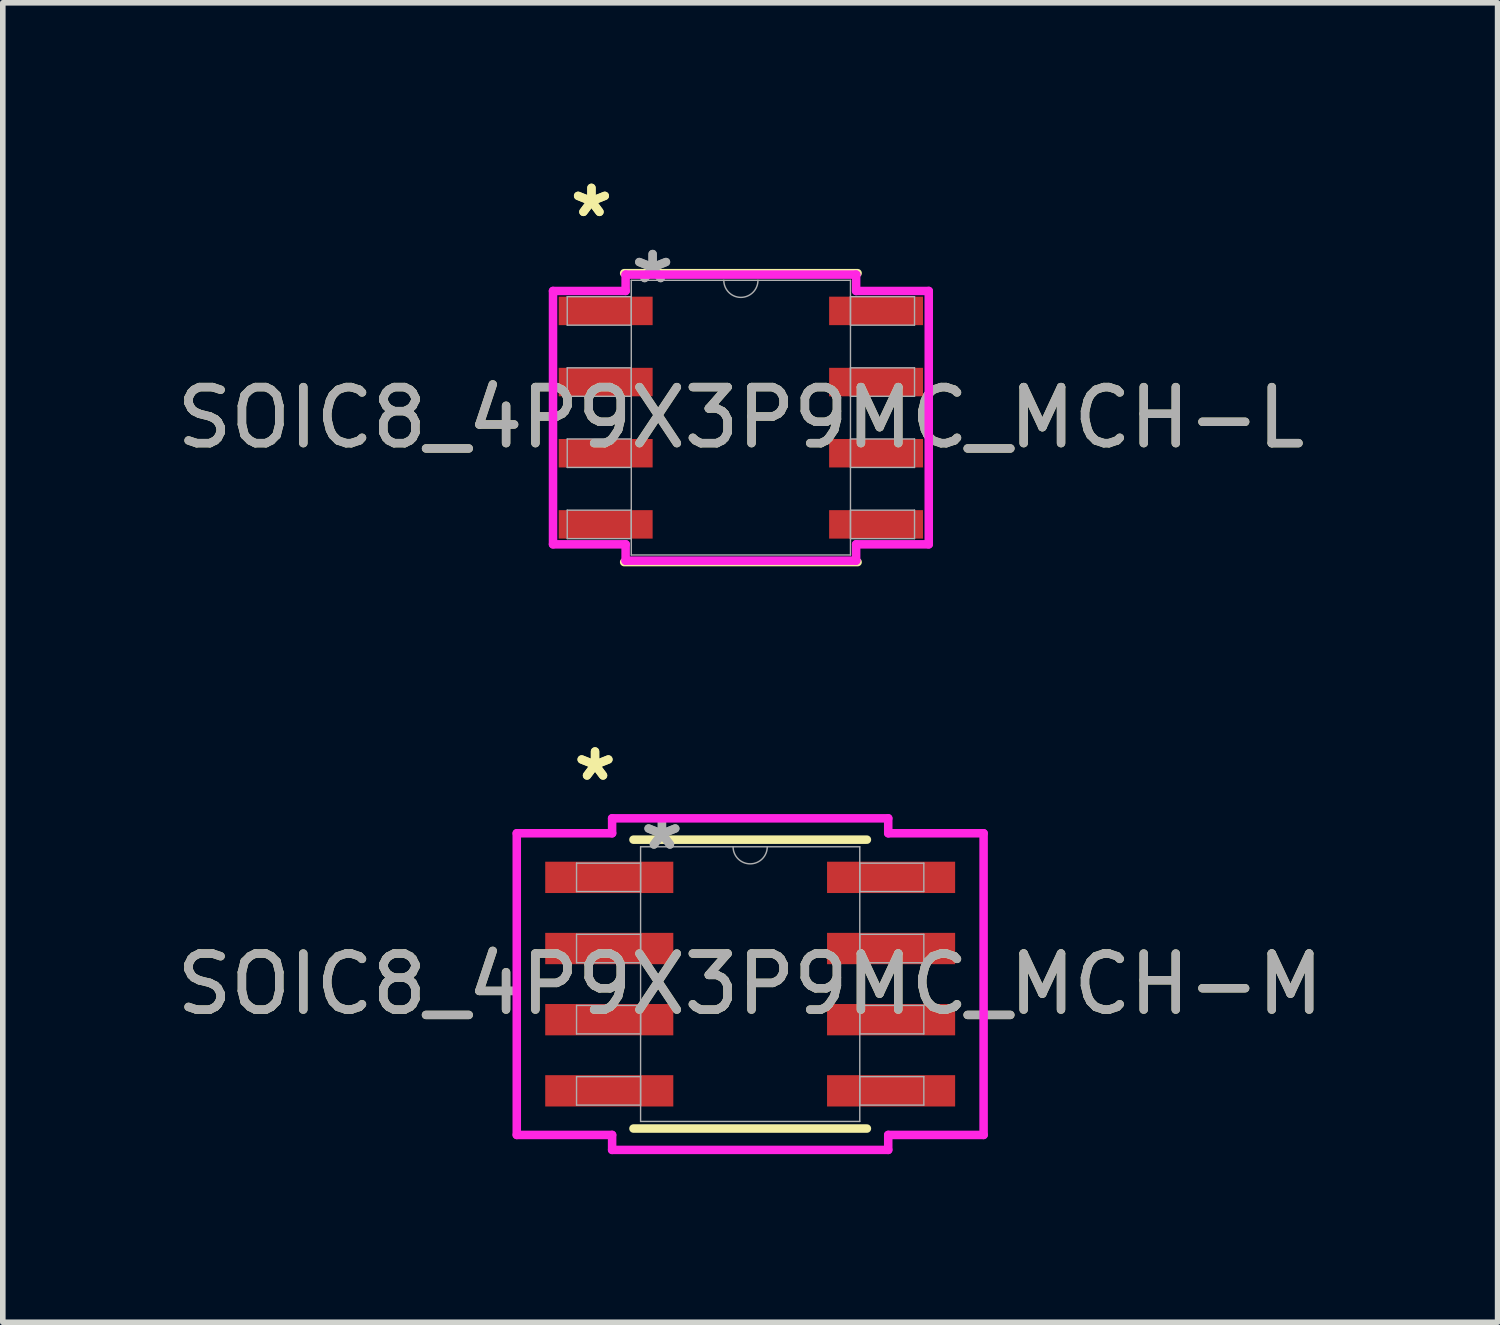
<source format=kicad_pcb>
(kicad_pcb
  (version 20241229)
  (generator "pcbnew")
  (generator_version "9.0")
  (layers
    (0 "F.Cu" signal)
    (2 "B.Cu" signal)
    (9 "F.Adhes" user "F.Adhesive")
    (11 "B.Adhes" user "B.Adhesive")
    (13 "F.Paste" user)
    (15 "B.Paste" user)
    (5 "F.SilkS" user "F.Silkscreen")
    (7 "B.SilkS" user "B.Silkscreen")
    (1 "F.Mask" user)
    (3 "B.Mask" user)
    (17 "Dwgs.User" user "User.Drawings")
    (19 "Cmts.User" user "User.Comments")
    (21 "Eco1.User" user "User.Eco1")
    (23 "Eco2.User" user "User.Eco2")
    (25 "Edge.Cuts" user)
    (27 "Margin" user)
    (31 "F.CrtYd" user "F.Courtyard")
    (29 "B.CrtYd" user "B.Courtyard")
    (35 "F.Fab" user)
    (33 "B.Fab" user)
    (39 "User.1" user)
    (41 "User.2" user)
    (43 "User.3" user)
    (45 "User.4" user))
  (footprint "SOIC8_4P9X3P9MC_MCH-L"
    (layer "F.Cu")
    (at 10.173 4.404)
    (property "Reference" "SOIC8_4P9X3P9MC_MCH-L" (at 0 0 0) (unlocked yes) (layer "F.SilkS") (effects (font (size 1 1) (thickness 0.15))))
    (attr smd)
    (fp_line (start -2.083 2.578) (end 2.083 2.578) (stroke (width 0.152) (type solid)) (layer "F.SilkS"))
    (fp_line (start 2.083 -2.578) (end -2.083 -2.578) (stroke (width 0.152) (type solid)) (layer "F.SilkS"))
    (fp_line (start -3.353 -2.261) (end -2.057 -2.261) (stroke (width 0.152) (type solid)) (layer "F.CrtYd"))
    (fp_line (start -3.353 2.261) (end -3.353 -2.261) (stroke (width 0.152) (type solid)) (layer "F.CrtYd"))
    (fp_line (start -3.353 2.261) (end -2.057 2.261) (stroke (width 0.152) (type solid)) (layer "F.CrtYd"))
    (fp_line (start -2.057 -2.553) (end 2.057 -2.553) (stroke (width 0.152) (type solid)) (layer "F.CrtYd"))
    (fp_line (start -2.057 -2.261) (end -2.057 -2.553) (stroke (width 0.152) (type solid)) (layer "F.CrtYd"))
    (fp_line (start -2.057 2.553) (end -2.057 2.261) (stroke (width 0.152) (type solid)) (layer "F.CrtYd"))
    (fp_line (start 2.057 -2.553) (end 2.057 -2.261) (stroke (width 0.152) (type solid)) (layer "F.CrtYd"))
    (fp_line (start 2.057 2.261) (end 2.057 2.553) (stroke (width 0.152) (type solid)) (layer "F.CrtYd"))
    (fp_line (start 2.057 2.553) (end -2.057 2.553) (stroke (width 0.152) (type solid)) (layer "F.CrtYd"))
    (fp_line (start 3.353 -2.261) (end 2.057 -2.261) (stroke (width 0.152) (type solid)) (layer "F.CrtYd"))
    (fp_line (start 3.353 -2.261) (end 3.353 2.261) (stroke (width 0.152) (type solid)) (layer "F.CrtYd"))
    (fp_line (start 3.353 2.261) (end 2.057 2.261) (stroke (width 0.152) (type solid)) (layer "F.CrtYd"))
    (fp_line (start -3.099 -2.159) (end -3.099 -1.651) (stroke (width 0.025) (type solid)) (layer "F.Fab"))
    (fp_line (start -3.099 -1.651) (end -1.956 -1.651) (stroke (width 0.025) (type solid)) (layer "F.Fab"))
    (fp_line (start -3.099 -0.889) (end -3.099 -0.381) (stroke (width 0.025) (type solid)) (layer "F.Fab"))
    (fp_line (start -3.099 -0.381) (end -1.956 -0.381) (stroke (width 0.025) (type solid)) (layer "F.Fab"))
    (fp_line (start -3.099 0.381) (end -3.099 0.889) (stroke (width 0.025) (type solid)) (layer "F.Fab"))
    (fp_line (start -3.099 0.889) (end -1.956 0.889) (stroke (width 0.025) (type solid)) (layer "F.Fab"))
    (fp_line (start -3.099 1.651) (end -3.099 2.159) (stroke (width 0.025) (type solid)) (layer "F.Fab"))
    (fp_line (start -3.099 2.159) (end -1.956 2.159) (stroke (width 0.025) (type solid)) (layer "F.Fab"))
    (fp_line (start -1.956 -2.451) (end -1.956 2.451) (stroke (width 0.025) (type solid)) (layer "F.Fab"))
    (fp_line (start -1.956 -2.159) (end -3.099 -2.159) (stroke (width 0.025) (type solid)) (layer "F.Fab"))
    (fp_line (start -1.956 -1.651) (end -1.956 -2.159) (stroke (width 0.025) (type solid)) (layer "F.Fab"))
    (fp_line (start -1.956 -0.889) (end -3.099 -0.889) (stroke (width 0.025) (type solid)) (layer "F.Fab"))
    (fp_line (start -1.956 -0.381) (end -1.956 -0.889) (stroke (width 0.025) (type solid)) (layer "F.Fab"))
    (fp_line (start -1.956 0.381) (end -3.099 0.381) (stroke (width 0.025) (type solid)) (layer "F.Fab"))
    (fp_line (start -1.956 0.889) (end -1.956 0.381) (stroke (width 0.025) (type solid)) (layer "F.Fab"))
    (fp_line (start -1.956 1.651) (end -3.099 1.651) (stroke (width 0.025) (type solid)) (layer "F.Fab"))
    (fp_line (start -1.956 2.159) (end -1.956 1.651) (stroke (width 0.025) (type solid)) (layer "F.Fab"))
    (fp_line (start -1.956 2.451) (end 1.956 2.451) (stroke (width 0.025) (type solid)) (layer "F.Fab"))
    (fp_line (start 1.956 -2.451) (end -1.956 -2.451) (stroke (width 0.025) (type solid)) (layer "F.Fab"))
    (fp_line (start 1.956 -2.159) (end 1.956 -1.651) (stroke (width 0.025) (type solid)) (layer "F.Fab"))
    (fp_line (start 1.956 -1.651) (end 3.099 -1.651) (stroke (width 0.025) (type solid)) (layer "F.Fab"))
    (fp_line (start 1.956 -0.889) (end 1.956 -0.381) (stroke (width 0.025) (type solid)) (layer "F.Fab"))
    (fp_line (start 1.956 -0.381) (end 3.099 -0.381) (stroke (width 0.025) (type solid)) (layer "F.Fab"))
    (fp_line (start 1.956 0.381) (end 1.956 0.889) (stroke (width 0.025) (type solid)) (layer "F.Fab"))
    (fp_line (start 1.956 0.889) (end 3.099 0.889) (stroke (width 0.025) (type solid)) (layer "F.Fab"))
    (fp_line (start 1.956 1.651) (end 1.956 2.159) (stroke (width 0.025) (type solid)) (layer "F.Fab"))
    (fp_line (start 1.956 2.159) (end 3.099 2.159) (stroke (width 0.025) (type solid)) (layer "F.Fab"))
    (fp_line (start 1.956 2.451) (end 1.956 -2.451) (stroke (width 0.025) (type solid)) (layer "F.Fab"))
    (fp_line (start 3.099 -2.159) (end 1.956 -2.159) (stroke (width 0.025) (type solid)) (layer "F.Fab"))
    (fp_line (start 3.099 -1.651) (end 3.099 -2.159) (stroke (width 0.025) (type solid)) (layer "F.Fab"))
    (fp_line (start 3.099 -0.889) (end 1.956 -0.889) (stroke (width 0.025) (type solid)) (layer "F.Fab"))
    (fp_line (start 3.099 -0.381) (end 3.099 -0.889) (stroke (width 0.025) (type solid)) (layer "F.Fab"))
    (fp_line (start 3.099 0.381) (end 1.956 0.381) (stroke (width 0.025) (type solid)) (layer "F.Fab"))
    (fp_line (start 3.099 0.889) (end 3.099 0.381) (stroke (width 0.025) (type solid)) (layer "F.Fab"))
    (fp_line (start 3.099 1.651) (end 1.956 1.651) (stroke (width 0.025) (type solid)) (layer "F.Fab"))
    (fp_line (start 3.099 2.159) (end 3.099 1.651) (stroke (width 0.025) (type solid)) (layer "F.Fab"))
    (fp_arc (start 0.3048 -2.4511) (mid 0 -2.1463) (end -0.3048 -2.4511) (stroke (width 0.0254) (type solid)) (layer "F.Fab"))
    (fp_text user "*" (at -2.667 -3.556 0) (unlocked yes) (layer "F.SilkS") (effects (font (size 1 1) (thickness 0.15))))
    (fp_text user "*" (at -2.667 -3.556 0) (layer "F.SilkS") (effects (font (size 1 1) (thickness 0.15))))
    (fp_text user "${REFERENCE}" (at 0 0 0) (unlocked yes) (layer "F.Fab") (effects (font (size 1 1) (thickness 0.15))))
    (fp_text user "*" (at -1.575 -2.375 0) (layer "F.Fab") (effects (font (size 1 1) (thickness 0.15))))
    (fp_text user "*" (at -1.575 -2.375 0) (unlocked yes) (layer "F.Fab") (effects (font (size 1 1) (thickness 0.15))))
    (pad "1" smd rect (at -2.413 -1.905) (size 1.676 0.508) (layers "F.Cu" "F.Mask" "F.Paste"))
    (pad "2" smd rect (at -2.413 -0.635) (size 1.676 0.508) (layers "F.Cu" "F.Mask" "F.Paste"))
    (pad "3" smd rect (at -2.413 0.635) (size 1.676 0.508) (layers "F.Cu" "F.Mask" "F.Paste"))
    (pad "4" smd rect (at -2.413 1.905) (size 1.676 0.508) (layers "F.Cu" "F.Mask" "F.Paste"))
    (pad "5" smd rect (at 2.413 1.905) (size 1.676 0.508) (layers "F.Cu" "F.Mask" "F.Paste"))
    (pad "6" smd rect (at 2.413 0.635) (size 1.676 0.508) (layers "F.Cu" "F.Mask" "F.Paste"))
    (pad "7" smd rect (at 2.413 -0.635) (size 1.676 0.508) (layers "F.Cu" "F.Mask" "F.Paste"))
    (pad "8" smd rect (at 2.413 -1.905) (size 1.676 0.508) (layers "F.Cu" "F.Mask" "F.Paste")))
  (footprint "SOIC8_4P9X3P9MC_MCH-M"
    (layer "F.Cu")
    (at 10.339 14.514)
    (property "Reference" "SOIC8_4P9X3P9MC_MCH-M" (at 0 0 0) (unlocked yes) (layer "F.SilkS") (effects (font (size 1 1) (thickness 0.15))))
    (attr smd)
    (fp_line (start -2.083 2.578) (end 2.083 2.578) (stroke (width 0.152) (type solid)) (layer "F.SilkS"))
    (fp_line (start 2.083 -2.578) (end -2.083 -2.578) (stroke (width 0.152) (type solid)) (layer "F.SilkS"))
    (fp_line (start -4.166 -2.692) (end -2.464 -2.692) (stroke (width 0.152) (type solid)) (layer "F.CrtYd"))
    (fp_line (start -4.166 2.692) (end -4.166 -2.692) (stroke (width 0.152) (type solid)) (layer "F.CrtYd"))
    (fp_line (start -4.166 2.692) (end -2.464 2.692) (stroke (width 0.152) (type solid)) (layer "F.CrtYd"))
    (fp_line (start -2.464 -2.959) (end 2.464 -2.959) (stroke (width 0.152) (type solid)) (layer "F.CrtYd"))
    (fp_line (start -2.464 -2.692) (end -2.464 -2.959) (stroke (width 0.152) (type solid)) (layer "F.CrtYd"))
    (fp_line (start -2.464 2.959) (end -2.464 2.692) (stroke (width 0.152) (type solid)) (layer "F.CrtYd"))
    (fp_line (start 2.464 -2.959) (end 2.464 -2.692) (stroke (width 0.152) (type solid)) (layer "F.CrtYd"))
    (fp_line (start 2.464 2.692) (end 2.464 2.959) (stroke (width 0.152) (type solid)) (layer "F.CrtYd"))
    (fp_line (start 2.464 2.959) (end -2.464 2.959) (stroke (width 0.152) (type solid)) (layer "F.CrtYd"))
    (fp_line (start 4.166 -2.692) (end 2.464 -2.692) (stroke (width 0.152) (type solid)) (layer "F.CrtYd"))
    (fp_line (start 4.166 -2.692) (end 4.166 2.692) (stroke (width 0.152) (type solid)) (layer "F.CrtYd"))
    (fp_line (start 4.166 2.692) (end 2.464 2.692) (stroke (width 0.152) (type solid)) (layer "F.CrtYd"))
    (fp_line (start -3.099 -2.159) (end -3.099 -1.651) (stroke (width 0.025) (type solid)) (layer "F.Fab"))
    (fp_line (start -3.099 -1.651) (end -1.956 -1.651) (stroke (width 0.025) (type solid)) (layer "F.Fab"))
    (fp_line (start -3.099 -0.889) (end -3.099 -0.381) (stroke (width 0.025) (type solid)) (layer "F.Fab"))
    (fp_line (start -3.099 -0.381) (end -1.956 -0.381) (stroke (width 0.025) (type solid)) (layer "F.Fab"))
    (fp_line (start -3.099 0.381) (end -3.099 0.889) (stroke (width 0.025) (type solid)) (layer "F.Fab"))
    (fp_line (start -3.099 0.889) (end -1.956 0.889) (stroke (width 0.025) (type solid)) (layer "F.Fab"))
    (fp_line (start -3.099 1.651) (end -3.099 2.159) (stroke (width 0.025) (type solid)) (layer "F.Fab"))
    (fp_line (start -3.099 2.159) (end -1.956 2.159) (stroke (width 0.025) (type solid)) (layer "F.Fab"))
    (fp_line (start -1.956 -2.451) (end -1.956 2.451) (stroke (width 0.025) (type solid)) (layer "F.Fab"))
    (fp_line (start -1.956 -2.159) (end -3.099 -2.159) (stroke (width 0.025) (type solid)) (layer "F.Fab"))
    (fp_line (start -1.956 -1.651) (end -1.956 -2.159) (stroke (width 0.025) (type solid)) (layer "F.Fab"))
    (fp_line (start -1.956 -0.889) (end -3.099 -0.889) (stroke (width 0.025) (type solid)) (layer "F.Fab"))
    (fp_line (start -1.956 -0.381) (end -1.956 -0.889) (stroke (width 0.025) (type solid)) (layer "F.Fab"))
    (fp_line (start -1.956 0.381) (end -3.099 0.381) (stroke (width 0.025) (type solid)) (layer "F.Fab"))
    (fp_line (start -1.956 0.889) (end -1.956 0.381) (stroke (width 0.025) (type solid)) (layer "F.Fab"))
    (fp_line (start -1.956 1.651) (end -3.099 1.651) (stroke (width 0.025) (type solid)) (layer "F.Fab"))
    (fp_line (start -1.956 2.159) (end -1.956 1.651) (stroke (width 0.025) (type solid)) (layer "F.Fab"))
    (fp_line (start -1.956 2.451) (end 1.956 2.451) (stroke (width 0.025) (type solid)) (layer "F.Fab"))
    (fp_line (start 1.956 -2.451) (end -1.956 -2.451) (stroke (width 0.025) (type solid)) (layer "F.Fab"))
    (fp_line (start 1.956 -2.159) (end 1.956 -1.651) (stroke (width 0.025) (type solid)) (layer "F.Fab"))
    (fp_line (start 1.956 -1.651) (end 3.099 -1.651) (stroke (width 0.025) (type solid)) (layer "F.Fab"))
    (fp_line (start 1.956 -0.889) (end 1.956 -0.381) (stroke (width 0.025) (type solid)) (layer "F.Fab"))
    (fp_line (start 1.956 -0.381) (end 3.099 -0.381) (stroke (width 0.025) (type solid)) (layer "F.Fab"))
    (fp_line (start 1.956 0.381) (end 1.956 0.889) (stroke (width 0.025) (type solid)) (layer "F.Fab"))
    (fp_line (start 1.956 0.889) (end 3.099 0.889) (stroke (width 0.025) (type solid)) (layer "F.Fab"))
    (fp_line (start 1.956 1.651) (end 1.956 2.159) (stroke (width 0.025) (type solid)) (layer "F.Fab"))
    (fp_line (start 1.956 2.159) (end 3.099 2.159) (stroke (width 0.025) (type solid)) (layer "F.Fab"))
    (fp_line (start 1.956 2.451) (end 1.956 -2.451) (stroke (width 0.025) (type solid)) (layer "F.Fab"))
    (fp_line (start 3.099 -2.159) (end 1.956 -2.159) (stroke (width 0.025) (type solid)) (layer "F.Fab"))
    (fp_line (start 3.099 -1.651) (end 3.099 -2.159) (stroke (width 0.025) (type solid)) (layer "F.Fab"))
    (fp_line (start 3.099 -0.889) (end 1.956 -0.889) (stroke (width 0.025) (type solid)) (layer "F.Fab"))
    (fp_line (start 3.099 -0.381) (end 3.099 -0.889) (stroke (width 0.025) (type solid)) (layer "F.Fab"))
    (fp_line (start 3.099 0.381) (end 1.956 0.381) (stroke (width 0.025) (type solid)) (layer "F.Fab"))
    (fp_line (start 3.099 0.889) (end 3.099 0.381) (stroke (width 0.025) (type solid)) (layer "F.Fab"))
    (fp_line (start 3.099 1.651) (end 1.956 1.651) (stroke (width 0.025) (type solid)) (layer "F.Fab"))
    (fp_line (start 3.099 2.159) (end 3.099 1.651) (stroke (width 0.025) (type solid)) (layer "F.Fab"))
    (fp_arc (start 0.3048 -2.4511) (mid 0 -2.1463) (end -0.3048 -2.4511) (stroke (width 0.0254) (type solid)) (layer "F.Fab"))
    (fp_text user "*" (at -2.769 -3.607 0) (unlocked yes) (layer "F.SilkS") (effects (font (size 1 1) (thickness 0.15))))
    (fp_text user "*" (at -2.769 -3.607 0) (layer "F.SilkS") (effects (font (size 1 1) (thickness 0.15))))
    (fp_text user "*" (at -1.575 -2.375 0) (unlocked yes) (layer "F.Fab") (effects (font (size 1 1) (thickness 0.15))))
    (fp_text user "${REFERENCE}" (at 0 0 0) (unlocked yes) (layer "F.Fab") (effects (font (size 1 1) (thickness 0.15))))
    (fp_text user "*" (at -1.575 -2.375 0) (layer "F.Fab") (effects (font (size 1 1) (thickness 0.15))))
    (pad "1" smd rect (at -2.515 -1.905) (size 2.286 0.559) (layers "F.Cu" "F.Mask" "F.Paste"))
    (pad "2" smd rect (at -2.515 -0.635) (size 2.286 0.559) (layers "F.Cu" "F.Mask" "F.Paste"))
    (pad "3" smd rect (at -2.515 0.635) (size 2.286 0.559) (layers "F.Cu" "F.Mask" "F.Paste"))
    (pad "4" smd rect (at -2.515 1.905) (size 2.286 0.559) (layers "F.Cu" "F.Mask" "F.Paste"))
    (pad "5" smd rect (at 2.515 1.905) (size 2.286 0.559) (layers "F.Cu" "F.Mask" "F.Paste"))
    (pad "6" smd rect (at 2.515 0.635) (size 2.286 0.559) (layers "F.Cu" "F.Mask" "F.Paste"))
    (pad "7" smd rect (at 2.515 -0.635) (size 2.286 0.559) (layers "F.Cu" "F.Mask" "F.Paste"))
    (pad "8" smd rect (at 2.515 -1.905) (size 2.286 0.559) (layers "F.Cu" "F.Mask" "F.Paste")))
  (gr_rect
    (start -3 -3)
    (end 23.679 20.549)
    (stroke (width 0.1) (type default))
    (fill no)
    (layer "Edge.Cuts")))
</source>
